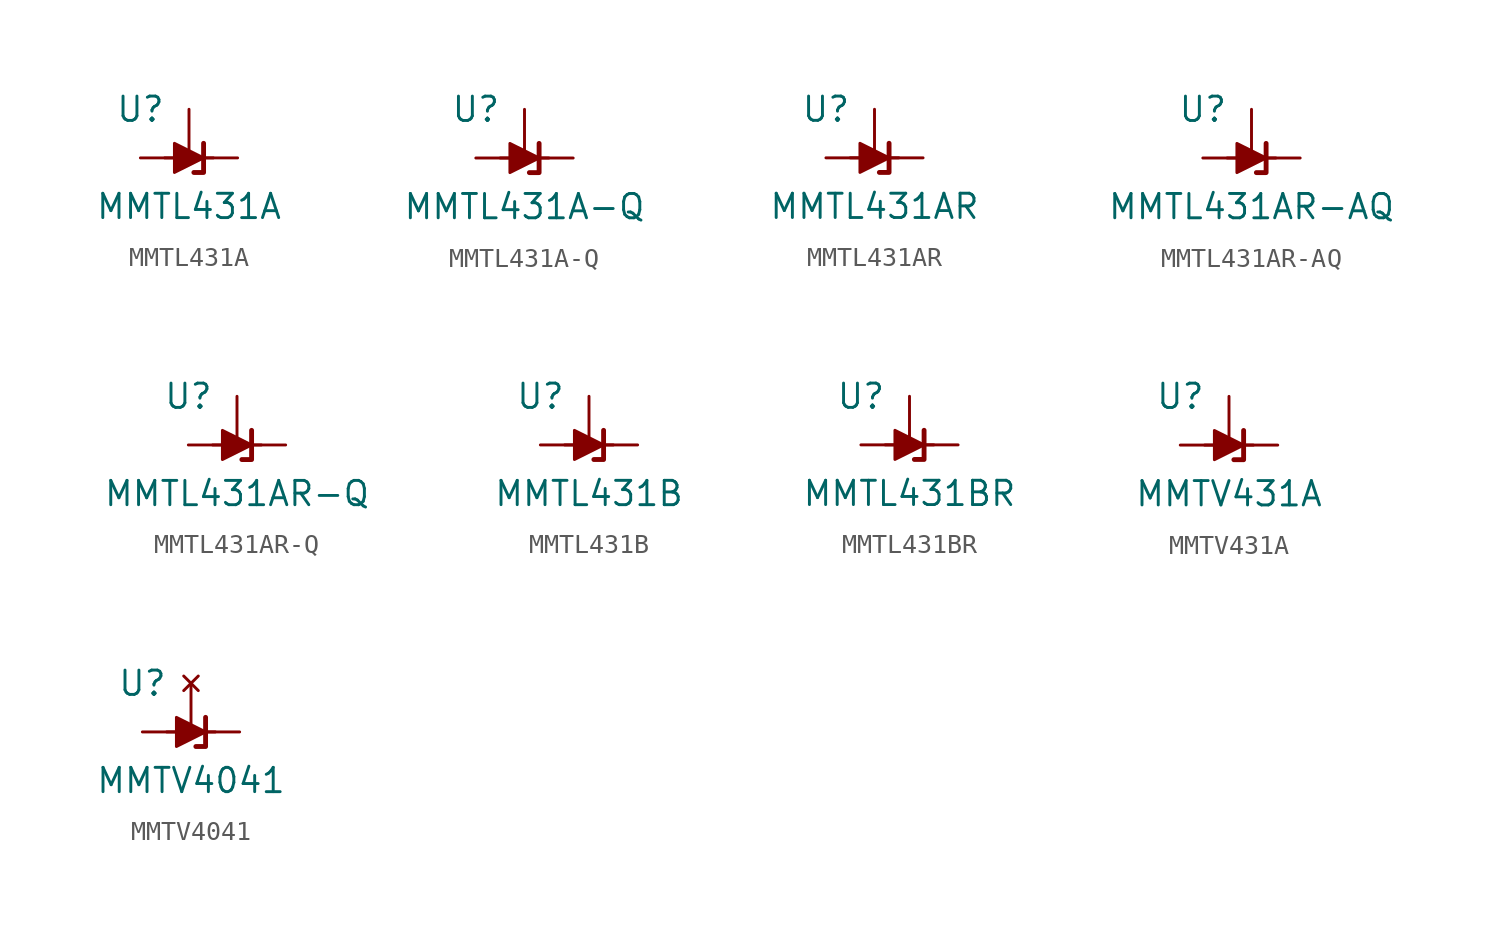
<source format=kicad_sym>
(kicad_symbol_lib
  (version 20241209)
  (generator "kicad_symbol_editor")
  (generator_version "9.0")
  (symbol "MMTL431A"
    (pin_numbers
      (hide yes))
    (pin_names
      (hide yes))
    (property "Reference" "U"
      (at -2.54 2.54 0)
      (effects (font (size 1.27 1.27))))
    (property "Value" "MMTL431A"
      (at 0 -2.54 0)
      (effects (font (size 1.27 1.27))))
    (symbol "MMTL431A_0_1"
      (polyline (pts (xy -1.27 0) (xy 0 0) (xy 1.27 0)) (stroke (width 0) (type default)) (fill (type none)))
      (polyline (pts (xy -0.762 -0.762) (xy -0.762 0.762) (xy 0.762 0) (xy -0.762 -0.762)) (stroke (width 0) (type default)) (fill (type outline)))
      (polyline (pts (xy 0.254 -0.762) (xy 0.762 -0.762) (xy 0.762 0.762) (xy 0.762 0.762)) (stroke (width 0.254) (type default)) (fill (type none))))
    (symbol "MMTL431A_1_1"
      (pin passive line (at -2.54 0 0) (length 2.54) (name "A" (effects (font (size 1.27 1.27)))) (number "3" (effects (font (size 1.27 1.27)))))
      (pin passive line (at 0 2.54 270) (length 2.54) (name "REF" (effects (font (size 1.27 1.27)))) (number "1" (effects (font (size 1.27 1.27)))))
      (pin passive line (at 2.54 0 180) (length 2.54) (name "K" (effects (font (size 1.27 1.27)))) (number "2" (effects (font (size 1.27 1.27)))))))
  (symbol "MMTL431A-Q"
    (pin_numbers
      (hide yes))
    (pin_names
      (hide yes))
    (property "Reference" "U"
      (at -2.54 2.54 0)
      (effects (font (size 1.27 1.27))))
    (property "Value" "MMTL431A-Q"
      (at 0 -2.54 0)
      (effects (font (size 1.27 1.27))))
    (symbol "MMTL431A-Q_0_1"
      (polyline (pts (xy -1.27 0) (xy 0 0) (xy 1.27 0)) (stroke (width 0) (type default)) (fill (type none)))
      (polyline (pts (xy -0.762 -0.762) (xy -0.762 0.762) (xy 0.762 0) (xy -0.762 -0.762)) (stroke (width 0) (type default)) (fill (type outline)))
      (polyline (pts (xy 0.254 -0.762) (xy 0.762 -0.762) (xy 0.762 0.762) (xy 0.762 0.762)) (stroke (width 0.254) (type default)) (fill (type none))))
    (symbol "MMTL431A-Q_1_1"
      (pin passive line (at -2.54 0 0) (length 2.54) (name "A" (effects (font (size 1.27 1.27)))) (number "3" (effects (font (size 1.27 1.27)))))
      (pin passive line (at 0 2.54 270) (length 2.54) (name "REF" (effects (font (size 1.27 1.27)))) (number "1" (effects (font (size 1.27 1.27)))))
      (pin passive line (at 2.54 0 180) (length 2.54) (name "K" (effects (font (size 1.27 1.27)))) (number "2" (effects (font (size 1.27 1.27)))))))
  (symbol "MMTL431AR"
    (pin_numbers
      (hide yes))
    (pin_names
      (hide yes))
    (property "Reference" "U"
      (at -2.54 2.54 0)
      (effects (font (size 1.27 1.27))))
    (property "Value" "MMTL431AR"
      (at 0 -2.54 0)
      (effects (font (size 1.27 1.27))))
    (symbol "MMTL431AR_0_1"
      (polyline (pts (xy -1.27 0) (xy 0 0) (xy 1.27 0)) (stroke (width 0) (type default)) (fill (type none)))
      (polyline (pts (xy -0.762 -0.762) (xy -0.762 0.762) (xy 0.762 0) (xy -0.762 -0.762)) (stroke (width 0) (type default)) (fill (type outline)))
      (polyline (pts (xy 0.254 -0.762) (xy 0.762 -0.762) (xy 0.762 0.762) (xy 0.762 0.762)) (stroke (width 0.254) (type default)) (fill (type none))))
    (symbol "MMTL431AR_1_1"
      (pin passive line (at -2.54 0 0) (length 2.54) (name "A" (effects (font (size 1.27 1.27)))) (number "3" (effects (font (size 1.27 1.27)))))
      (pin passive line (at 0 2.54 270) (length 2.54) (name "REF" (effects (font (size 1.27 1.27)))) (number "2" (effects (font (size 1.27 1.27)))))
      (pin passive line (at 2.54 0 180) (length 2.54) (name "K" (effects (font (size 1.27 1.27)))) (number "1" (effects (font (size 1.27 1.27)))))))
  (symbol "MMTL431AR-AQ"
    (pin_numbers
      (hide yes))
    (pin_names
      (hide yes))
    (property "Reference" "U"
      (at -2.54 2.54 0)
      (effects (font (size 1.27 1.27))))
    (property "Value" "MMTL431AR-AQ"
      (at 0 -2.54 0)
      (effects (font (size 1.27 1.27))))
    (symbol "MMTL431AR-AQ_0_1"
      (polyline (pts (xy -1.27 0) (xy 0 0) (xy 1.27 0)) (stroke (width 0) (type default)) (fill (type none)))
      (polyline (pts (xy -0.762 -0.762) (xy -0.762 0.762) (xy 0.762 0) (xy -0.762 -0.762)) (stroke (width 0) (type default)) (fill (type outline)))
      (polyline (pts (xy 0.254 -0.762) (xy 0.762 -0.762) (xy 0.762 0.762) (xy 0.762 0.762)) (stroke (width 0.254) (type default)) (fill (type none))))
    (symbol "MMTL431AR-AQ_1_1"
      (pin passive line (at -2.54 0 0) (length 2.54) (name "A" (effects (font (size 1.27 1.27)))) (number "3" (effects (font (size 1.27 1.27)))))
      (pin passive line (at 0 2.54 270) (length 2.54) (name "REF" (effects (font (size 1.27 1.27)))) (number "2" (effects (font (size 1.27 1.27)))))
      (pin passive line (at 2.54 0 180) (length 2.54) (name "K" (effects (font (size 1.27 1.27)))) (number "1" (effects (font (size 1.27 1.27)))))))
  (symbol "MMTL431AR-Q"
    (pin_numbers
      (hide yes))
    (pin_names
      (hide yes))
    (property "Reference" "U"
      (at -2.54 2.54 0)
      (effects (font (size 1.27 1.27))))
    (property "Value" "MMTL431AR-Q"
      (at 0 -2.54 0)
      (effects (font (size 1.27 1.27))))
    (symbol "MMTL431AR-Q_0_1"
      (polyline (pts (xy -1.27 0) (xy 0 0) (xy 1.27 0)) (stroke (width 0) (type default)) (fill (type none)))
      (polyline (pts (xy -0.762 -0.762) (xy -0.762 0.762) (xy 0.762 0) (xy -0.762 -0.762)) (stroke (width 0) (type default)) (fill (type outline)))
      (polyline (pts (xy 0.254 -0.762) (xy 0.762 -0.762) (xy 0.762 0.762) (xy 0.762 0.762)) (stroke (width 0.254) (type default)) (fill (type none))))
    (symbol "MMTL431AR-Q_1_1"
      (pin passive line (at -2.54 0 0) (length 2.54) (name "A" (effects (font (size 1.27 1.27)))) (number "3" (effects (font (size 1.27 1.27)))))
      (pin passive line (at 0 2.54 270) (length 2.54) (name "REF" (effects (font (size 1.27 1.27)))) (number "2" (effects (font (size 1.27 1.27)))))
      (pin passive line (at 2.54 0 180) (length 2.54) (name "K" (effects (font (size 1.27 1.27)))) (number "1" (effects (font (size 1.27 1.27)))))))
  (symbol "MMTL431B"
    (pin_numbers
      (hide yes))
    (pin_names
      (hide yes))
    (property "Reference" "U"
      (at -2.54 2.54 0)
      (effects (font (size 1.27 1.27))))
    (property "Value" "MMTL431B"
      (at 0 -2.54 0)
      (effects (font (size 1.27 1.27))))
    (symbol "MMTL431B_0_1"
      (polyline (pts (xy -1.27 0) (xy 0 0) (xy 1.27 0)) (stroke (width 0) (type default)) (fill (type none)))
      (polyline (pts (xy -0.762 -0.762) (xy -0.762 0.762) (xy 0.762 0) (xy -0.762 -0.762)) (stroke (width 0) (type default)) (fill (type outline)))
      (polyline (pts (xy 0.254 -0.762) (xy 0.762 -0.762) (xy 0.762 0.762) (xy 0.762 0.762)) (stroke (width 0.254) (type default)) (fill (type none))))
    (symbol "MMTL431B_1_1"
      (pin passive line (at -2.54 0 0) (length 2.54) (name "A" (effects (font (size 1.27 1.27)))) (number "3" (effects (font (size 1.27 1.27)))))
      (pin passive line (at 0 2.54 270) (length 2.54) (name "REF" (effects (font (size 1.27 1.27)))) (number "1" (effects (font (size 1.27 1.27)))))
      (pin passive line (at 2.54 0 180) (length 2.54) (name "K" (effects (font (size 1.27 1.27)))) (number "2" (effects (font (size 1.27 1.27)))))))
  (symbol "MMTL431BR"
    (pin_numbers
      (hide yes))
    (pin_names
      (hide yes))
    (property "Reference" "U"
      (at -2.54 2.54 0)
      (effects (font (size 1.27 1.27))))
    (property "Value" "MMTL431BR"
      (at 0 -2.54 0)
      (effects (font (size 1.27 1.27))))
    (symbol "MMTL431BR_0_1"
      (polyline (pts (xy -1.27 0) (xy 0 0) (xy 1.27 0)) (stroke (width 0) (type default)) (fill (type none)))
      (polyline (pts (xy -0.762 -0.762) (xy -0.762 0.762) (xy 0.762 0) (xy -0.762 -0.762)) (stroke (width 0) (type default)) (fill (type outline)))
      (polyline (pts (xy 0.254 -0.762) (xy 0.762 -0.762) (xy 0.762 0.762) (xy 0.762 0.762)) (stroke (width 0.254) (type default)) (fill (type none))))
    (symbol "MMTL431BR_1_1"
      (pin passive line (at -2.54 0 0) (length 2.54) (name "A" (effects (font (size 1.27 1.27)))) (number "3" (effects (font (size 1.27 1.27)))))
      (pin passive line (at 0 2.54 270) (length 2.54) (name "REF" (effects (font (size 1.27 1.27)))) (number "2" (effects (font (size 1.27 1.27)))))
      (pin passive line (at 2.54 0 180) (length 2.54) (name "K" (effects (font (size 1.27 1.27)))) (number "1" (effects (font (size 1.27 1.27)))))))
  (symbol "MMTV431A"
    (pin_numbers
      (hide yes))
    (pin_names
      (hide yes))
    (property "Reference" "U"
      (at -2.54 2.54 0)
      (effects (font (size 1.27 1.27))))
    (property "Value" "MMTV431A"
      (at 0 -2.54 0)
      (effects (font (size 1.27 1.27))))
    (symbol "MMTV431A_0_1"
      (polyline (pts (xy -1.27 0) (xy 0 0) (xy 1.27 0)) (stroke (width 0) (type default)) (fill (type none)))
      (polyline (pts (xy -0.762 -0.762) (xy -0.762 0.762) (xy 0.762 0) (xy -0.762 -0.762)) (stroke (width 0) (type default)) (fill (type outline)))
      (polyline (pts (xy 0.254 -0.762) (xy 0.762 -0.762) (xy 0.762 0.762) (xy 0.762 0.762)) (stroke (width 0.254) (type default)) (fill (type none))))
    (symbol "MMTV431A_1_1"
      (pin passive line (at -2.54 0 0) (length 2.54) (name "A" (effects (font (size 1.27 1.27)))) (number "3" (effects (font (size 1.27 1.27)))))
      (pin passive line (at 0 2.54 270) (length 2.54) (name "REF" (effects (font (size 1.27 1.27)))) (number "1" (effects (font (size 1.27 1.27)))))
      (pin passive line (at 2.54 0 180) (length 2.54) (name "K" (effects (font (size 1.27 1.27)))) (number "2" (effects (font (size 1.27 1.27)))))))
  (symbol "MMTV4041"
    (pin_numbers
      (hide yes))
    (pin_names
      (hide yes))
    (property "Reference" "U"
      (at -2.54 2.54 0)
      (effects (font (size 1.27 1.27))))
    (property "Value" "MMTV4041"
      (at 0 -2.54 0)
      (effects (font (size 1.27 1.27))))
    (symbol "MMTV4041_0_1"
      (polyline (pts (xy -1.27 0) (xy 0 0) (xy 1.27 0)) (stroke (width 0) (type default)) (fill (type none)))
      (polyline (pts (xy -0.762 -0.762) (xy -0.762 0.762) (xy 0.762 0) (xy -0.762 -0.762)) (stroke (width 0) (type default)) (fill (type outline)))
      (polyline (pts (xy 0.254 -0.762) (xy 0.762 -0.762) (xy 0.762 0.762) (xy 0.762 0.762)) (stroke (width 0.254) (type default)) (fill (type none))))
    (symbol "MMTV4041_1_1"
      (pin passive line (at -2.54 0 0) (length 2.54) (name "A" (effects (font (size 1.27 1.27)))) (number "2" (effects (font (size 1.27 1.27)))))
      (pin no_connect line (at 0 2.54 270) (length 2.54) (name "NC" (effects (font (size 1.27 1.27)))) (number "3" (effects (font (size 1.27 1.27)))))
      (pin passive line (at 2.54 0 180) (length 2.54) (name "K" (effects (font (size 1.27 1.27)))) (number "1" (effects (font (size 1.27 1.27))))))))
</source>
